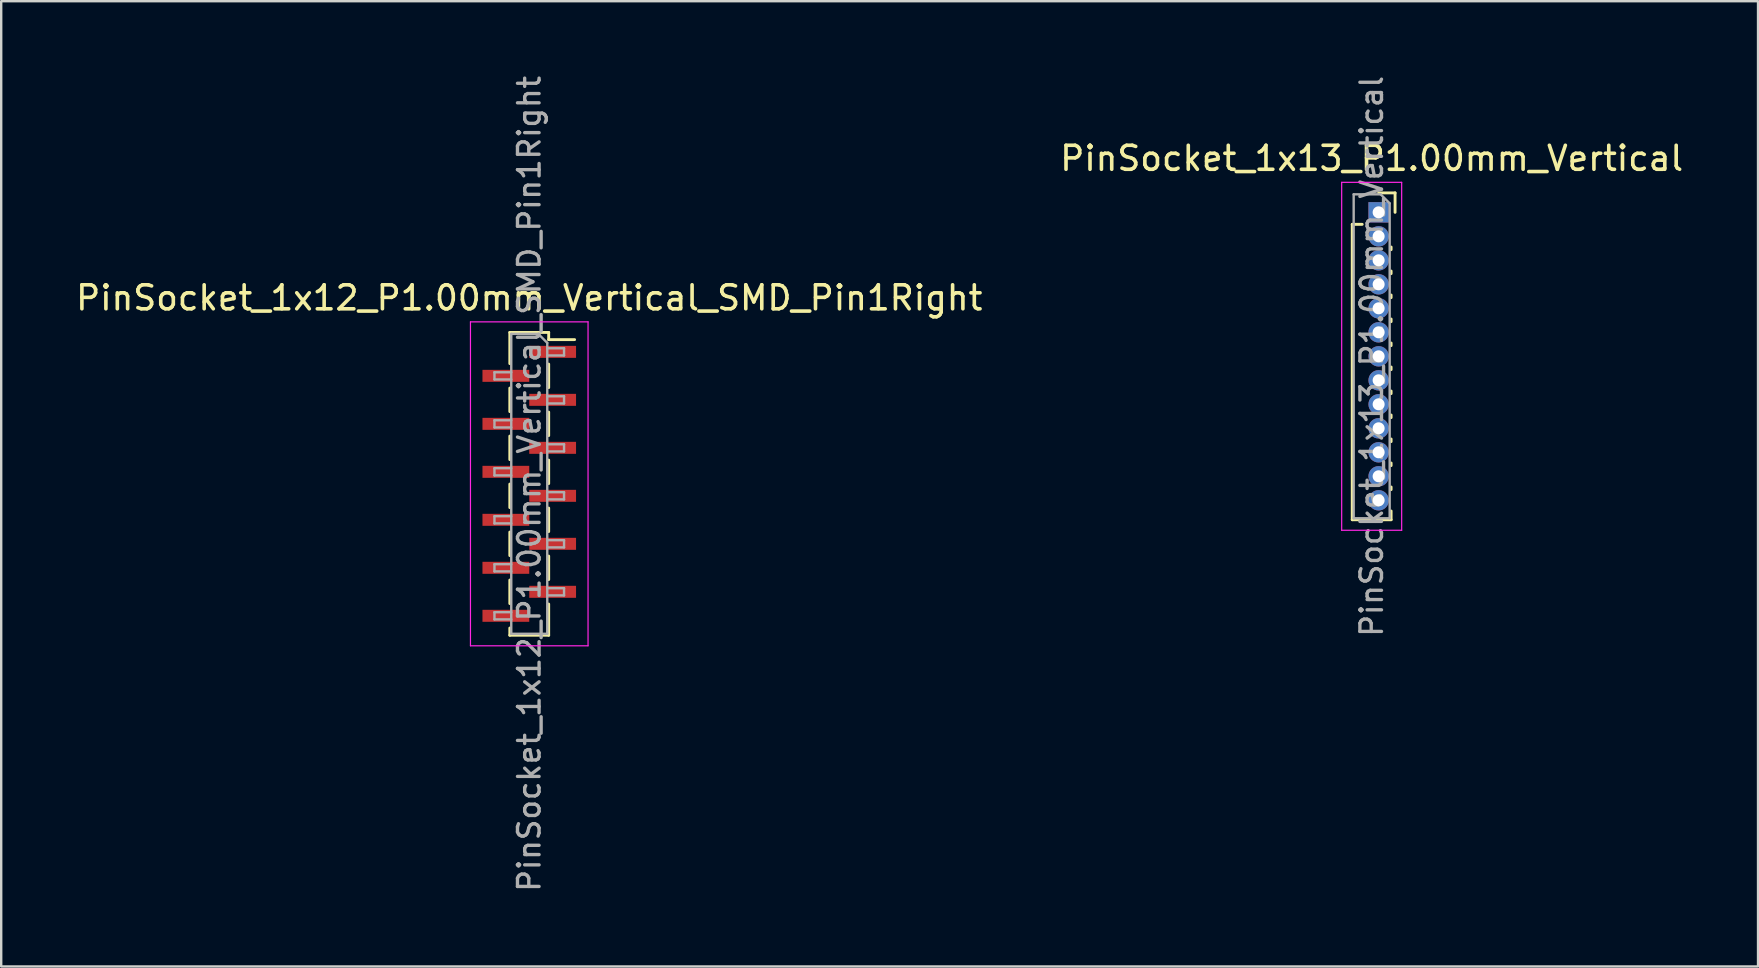
<source format=kicad_pcb>
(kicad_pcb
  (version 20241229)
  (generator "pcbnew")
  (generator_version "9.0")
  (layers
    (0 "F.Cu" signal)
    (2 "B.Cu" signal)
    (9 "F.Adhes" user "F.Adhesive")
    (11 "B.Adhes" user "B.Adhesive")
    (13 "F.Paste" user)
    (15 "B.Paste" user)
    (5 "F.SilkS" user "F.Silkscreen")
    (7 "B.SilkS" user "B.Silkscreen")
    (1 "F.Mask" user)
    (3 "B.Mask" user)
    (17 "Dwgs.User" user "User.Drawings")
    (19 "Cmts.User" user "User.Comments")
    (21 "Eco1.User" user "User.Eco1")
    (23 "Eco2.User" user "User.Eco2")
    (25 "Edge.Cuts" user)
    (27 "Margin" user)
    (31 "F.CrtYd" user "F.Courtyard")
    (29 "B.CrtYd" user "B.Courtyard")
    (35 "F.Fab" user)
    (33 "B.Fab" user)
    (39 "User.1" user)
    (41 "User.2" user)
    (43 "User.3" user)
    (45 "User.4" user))
  (footprint "PinSocket_1x12_P1.00mm_Vertical_SMD_Pin1Right"
    (layer "F.Cu")
    (at 19.006 17.113)
    (property "Reference" "PinSocket_1x12_P1.00mm_Vertical_SMD_Pin1Right" (at 0 -7.75 0) (layer "F.SilkS") (effects (font (size 1 1) (thickness 0.15))))
    (attr smd)
    (fp_line (start -0.81 -6.31) (end -0.81 -5.01) (stroke (width 0.12) (type solid)) (layer "F.SilkS"))
    (fp_line (start -0.81 -6.31) (end 0.81 -6.31) (stroke (width 0.12) (type solid)) (layer "F.SilkS"))
    (fp_line (start -0.81 -3.99) (end -0.81 -3.01) (stroke (width 0.12) (type solid)) (layer "F.SilkS"))
    (fp_line (start -0.81 -1.99) (end -0.81 -1.01) (stroke (width 0.12) (type solid)) (layer "F.SilkS"))
    (fp_line (start -0.81 0.01) (end -0.81 0.99) (stroke (width 0.12) (type solid)) (layer "F.SilkS"))
    (fp_line (start -0.81 2.01) (end -0.81 2.99) (stroke (width 0.12) (type solid)) (layer "F.SilkS"))
    (fp_line (start -0.81 4.01) (end -0.81 4.99) (stroke (width 0.12) (type solid)) (layer "F.SilkS"))
    (fp_line (start -0.81 6.01) (end -0.81 6.31) (stroke (width 0.12) (type solid)) (layer "F.SilkS"))
    (fp_line (start -0.81 6.31) (end 0.81 6.31) (stroke (width 0.12) (type solid)) (layer "F.SilkS"))
    (fp_line (start 0.81 -6.31) (end 0.81 -6.01) (stroke (width 0.12) (type solid)) (layer "F.SilkS"))
    (fp_line (start 0.81 -6.01) (end 1.89 -6.01) (stroke (width 0.12) (type solid)) (layer "F.SilkS"))
    (fp_line (start 0.81 -4.99) (end 0.81 -4.01) (stroke (width 0.12) (type solid)) (layer "F.SilkS"))
    (fp_line (start 0.81 -2.99) (end 0.81 -2.01) (stroke (width 0.12) (type solid)) (layer "F.SilkS"))
    (fp_line (start 0.81 -0.99) (end 0.81 -0.01) (stroke (width 0.12) (type solid)) (layer "F.SilkS"))
    (fp_line (start 0.81 1.01) (end 0.81 1.99) (stroke (width 0.12) (type solid)) (layer "F.SilkS"))
    (fp_line (start 0.81 3.01) (end 0.81 3.99) (stroke (width 0.12) (type solid)) (layer "F.SilkS"))
    (fp_line (start 0.81 5.01) (end 0.81 6.31) (stroke (width 0.12) (type solid)) (layer "F.SilkS"))
    (fp_line (start -2.45 -6.75) (end 2.45 -6.75) (stroke (width 0.05) (type solid)) (layer "F.CrtYd"))
    (fp_line (start -2.45 6.75) (end -2.45 -6.75) (stroke (width 0.05) (type solid)) (layer "F.CrtYd"))
    (fp_line (start 2.45 -6.75) (end 2.45 6.75) (stroke (width 0.05) (type solid)) (layer "F.CrtYd"))
    (fp_line (start 2.45 6.75) (end -2.45 6.75) (stroke (width 0.05) (type solid)) (layer "F.CrtYd"))
    (fp_line (start -1.45 -4.65) (end -0.75 -4.65) (stroke (width 0.1) (type solid)) (layer "F.Fab"))
    (fp_line (start -1.45 -4.35) (end -1.45 -4.65) (stroke (width 0.1) (type solid)) (layer "F.Fab"))
    (fp_line (start -1.45 -2.65) (end -0.75 -2.65) (stroke (width 0.1) (type solid)) (layer "F.Fab"))
    (fp_line (start -1.45 -2.35) (end -1.45 -2.65) (stroke (width 0.1) (type solid)) (layer "F.Fab"))
    (fp_line (start -1.45 -0.65) (end -0.75 -0.65) (stroke (width 0.1) (type solid)) (layer "F.Fab"))
    (fp_line (start -1.45 -0.35) (end -1.45 -0.65) (stroke (width 0.1) (type solid)) (layer "F.Fab"))
    (fp_line (start -1.45 1.35) (end -0.75 1.35) (stroke (width 0.1) (type solid)) (layer "F.Fab"))
    (fp_line (start -1.45 1.65) (end -1.45 1.35) (stroke (width 0.1) (type solid)) (layer "F.Fab"))
    (fp_line (start -1.45 3.35) (end -0.75 3.35) (stroke (width 0.1) (type solid)) (layer "F.Fab"))
    (fp_line (start -1.45 3.65) (end -1.45 3.35) (stroke (width 0.1) (type solid)) (layer "F.Fab"))
    (fp_line (start -1.45 5.35) (end -0.75 5.35) (stroke (width 0.1) (type solid)) (layer "F.Fab"))
    (fp_line (start -1.45 5.65) (end -1.45 5.35) (stroke (width 0.1) (type solid)) (layer "F.Fab"))
    (fp_line (start -0.75 -6.25) (end 0.375 -6.25) (stroke (width 0.1) (type solid)) (layer "F.Fab"))
    (fp_line (start -0.75 -4.35) (end -1.45 -4.35) (stroke (width 0.1) (type solid)) (layer "F.Fab"))
    (fp_line (start -0.75 -2.35) (end -1.45 -2.35) (stroke (width 0.1) (type solid)) (layer "F.Fab"))
    (fp_line (start -0.75 -0.35) (end -1.45 -0.35) (stroke (width 0.1) (type solid)) (layer "F.Fab"))
    (fp_line (start -0.75 1.65) (end -1.45 1.65) (stroke (width 0.1) (type solid)) (layer "F.Fab"))
    (fp_line (start -0.75 3.65) (end -1.45 3.65) (stroke (width 0.1) (type solid)) (layer "F.Fab"))
    (fp_line (start -0.75 5.65) (end -1.45 5.65) (stroke (width 0.1) (type solid)) (layer "F.Fab"))
    (fp_line (start -0.75 6.25) (end -0.75 -6.25) (stroke (width 0.1) (type solid)) (layer "F.Fab"))
    (fp_line (start 0.375 -6.25) (end 0.75 -5.875) (stroke (width 0.1) (type solid)) (layer "F.Fab"))
    (fp_line (start 0.75 -5.875) (end 0.75 6.25) (stroke (width 0.1) (type solid)) (layer "F.Fab"))
    (fp_line (start 0.75 -5.65) (end 1.45 -5.65) (stroke (width 0.1) (type solid)) (layer "F.Fab"))
    (fp_line (start 0.75 -3.65) (end 1.45 -3.65) (stroke (width 0.1) (type solid)) (layer "F.Fab"))
    (fp_line (start 0.75 -1.65) (end 1.45 -1.65) (stroke (width 0.1) (type solid)) (layer "F.Fab"))
    (fp_line (start 0.75 0.35) (end 1.45 0.35) (stroke (width 0.1) (type solid)) (layer "F.Fab"))
    (fp_line (start 0.75 2.35) (end 1.45 2.35) (stroke (width 0.1) (type solid)) (layer "F.Fab"))
    (fp_line (start 0.75 4.35) (end 1.45 4.35) (stroke (width 0.1) (type solid)) (layer "F.Fab"))
    (fp_line (start 0.75 6.25) (end -0.75 6.25) (stroke (width 0.1) (type solid)) (layer "F.Fab"))
    (fp_line (start 1.45 -5.65) (end 1.45 -5.35) (stroke (width 0.1) (type solid)) (layer "F.Fab"))
    (fp_line (start 1.45 -5.35) (end 0.75 -5.35) (stroke (width 0.1) (type solid)) (layer "F.Fab"))
    (fp_line (start 1.45 -3.65) (end 1.45 -3.35) (stroke (width 0.1) (type solid)) (layer "F.Fab"))
    (fp_line (start 1.45 -3.35) (end 0.75 -3.35) (stroke (width 0.1) (type solid)) (layer "F.Fab"))
    (fp_line (start 1.45 -1.65) (end 1.45 -1.35) (stroke (width 0.1) (type solid)) (layer "F.Fab"))
    (fp_line (start 1.45 -1.35) (end 0.75 -1.35) (stroke (width 0.1) (type solid)) (layer "F.Fab"))
    (fp_line (start 1.45 0.35) (end 1.45 0.65) (stroke (width 0.1) (type solid)) (layer "F.Fab"))
    (fp_line (start 1.45 0.65) (end 0.75 0.65) (stroke (width 0.1) (type solid)) (layer "F.Fab"))
    (fp_line (start 1.45 2.35) (end 1.45 2.65) (stroke (width 0.1) (type solid)) (layer "F.Fab"))
    (fp_line (start 1.45 2.65) (end 0.75 2.65) (stroke (width 0.1) (type solid)) (layer "F.Fab"))
    (fp_line (start 1.45 4.35) (end 1.45 4.65) (stroke (width 0.1) (type solid)) (layer "F.Fab"))
    (fp_line (start 1.45 4.65) (end 0.75 4.65) (stroke (width 0.1) (type solid)) (layer "F.Fab"))
    (fp_text user "${REFERENCE}" (at 0 0 90) (layer "F.Fab") (effects (font (size 0.9 0.9) (thickness 0.14))))
    (pad "1" smd rect (at 0.975 -5.5) (size 1.95 0.5) (layers "F.Cu" "F.Mask" "F.Paste"))
    (pad "2" smd rect (at -0.975 -4.5) (size 1.95 0.5) (layers "F.Cu" "F.Mask" "F.Paste"))
    (pad "3" smd rect (at 0.975 -3.5) (size 1.95 0.5) (layers "F.Cu" "F.Mask" "F.Paste"))
    (pad "4" smd rect (at -0.975 -2.5) (size 1.95 0.5) (layers "F.Cu" "F.Mask" "F.Paste"))
    (pad "5" smd rect (at 0.975 -1.5) (size 1.95 0.5) (layers "F.Cu" "F.Mask" "F.Paste"))
    (pad "6" smd rect (at -0.975 -0.5) (size 1.95 0.5) (layers "F.Cu" "F.Mask" "F.Paste"))
    (pad "7" smd rect (at 0.975 0.5) (size 1.95 0.5) (layers "F.Cu" "F.Mask" "F.Paste"))
    (pad "8" smd rect (at -0.975 1.5) (size 1.95 0.5) (layers "F.Cu" "F.Mask" "F.Paste"))
    (pad "9" smd rect (at 0.975 2.5) (size 1.95 0.5) (layers "F.Cu" "F.Mask" "F.Paste"))
    (pad "10" smd rect (at -0.975 3.5) (size 1.95 0.5) (layers "F.Cu" "F.Mask" "F.Paste"))
    (pad "11" smd rect (at 0.975 4.5) (size 1.95 0.5) (layers "F.Cu" "F.Mask" "F.Paste"))
    (pad "12" smd rect (at -0.975 5.5) (size 1.95 0.5) (layers "F.Cu" "F.Mask" "F.Paste")))
  (footprint "PinSocket_1x13_P1.00mm_Vertical"
    (layer "F.Cu")
    (at 54.403 5.799)
    (property "Reference" "PinSocket_1x13_P1.00mm_Vertical" (at -0.29 -2.25 0) (layer "F.SilkS") (effects (font (size 1 1) (thickness 0.15))))
    (attr through_hole)
    (fp_line (start -1.1 0.5) (end -1.1 12.81) (stroke (width 0.12) (type solid)) (layer "F.SilkS"))
    (fp_line (start -1.1 0.5) (end -0.685 0.5) (stroke (width 0.12) (type solid)) (layer "F.SilkS"))
    (fp_line (start -1.1 12.81) (end 0.52 12.81) (stroke (width 0.12) (type solid)) (layer "F.SilkS"))
    (fp_line (start 0 -0.81) (end 0.685 -0.81) (stroke (width 0.12) (type solid)) (layer "F.SilkS"))
    (fp_line (start 0.52 1.446) (end 0.52 1.554) (stroke (width 0.12) (type solid)) (layer "F.SilkS"))
    (fp_line (start 0.52 2.446) (end 0.52 2.554) (stroke (width 0.12) (type solid)) (layer "F.SilkS"))
    (fp_line (start 0.52 3.446) (end 0.52 3.554) (stroke (width 0.12) (type solid)) (layer "F.SilkS"))
    (fp_line (start 0.52 4.446) (end 0.52 4.554) (stroke (width 0.12) (type solid)) (layer "F.SilkS"))
    (fp_line (start 0.52 5.446) (end 0.52 5.554) (stroke (width 0.12) (type solid)) (layer "F.SilkS"))
    (fp_line (start 0.52 6.446) (end 0.52 6.554) (stroke (width 0.12) (type solid)) (layer "F.SilkS"))
    (fp_line (start 0.52 7.446) (end 0.52 7.554) (stroke (width 0.12) (type solid)) (layer "F.SilkS"))
    (fp_line (start 0.52 8.446) (end 0.52 8.554) (stroke (width 0.12) (type solid)) (layer "F.SilkS"))
    (fp_line (start 0.52 9.446) (end 0.52 9.554) (stroke (width 0.12) (type solid)) (layer "F.SilkS"))
    (fp_line (start 0.52 10.446) (end 0.52 10.554) (stroke (width 0.12) (type solid)) (layer "F.SilkS"))
    (fp_line (start 0.52 11.446) (end 0.52 11.554) (stroke (width 0.12) (type solid)) (layer "F.SilkS"))
    (fp_line (start 0.52 12.446) (end 0.52 12.81) (stroke (width 0.12) (type solid)) (layer "F.SilkS"))
    (fp_line (start 0.685 -0.81) (end 0.685 0) (stroke (width 0.12) (type solid)) (layer "F.SilkS"))
    (fp_line (start -1.54 -1.25) (end 0.96 -1.25) (stroke (width 0.05) (type solid)) (layer "F.CrtYd"))
    (fp_line (start -1.54 13.25) (end -1.54 -1.25) (stroke (width 0.05) (type solid)) (layer "F.CrtYd"))
    (fp_line (start 0.96 -1.25) (end 0.96 13.25) (stroke (width 0.05) (type solid)) (layer "F.CrtYd"))
    (fp_line (start 0.96 13.25) (end -1.54 13.25) (stroke (width 0.05) (type solid)) (layer "F.CrtYd"))
    (fp_line (start -1.04 -0.75) (end 0.085 -0.75) (stroke (width 0.1) (type solid)) (layer "F.Fab"))
    (fp_line (start -1.04 12.75) (end -1.04 -0.75) (stroke (width 0.1) (type solid)) (layer "F.Fab"))
    (fp_line (start 0.085 -0.75) (end 0.46 -0.375) (stroke (width 0.1) (type solid)) (layer "F.Fab"))
    (fp_line (start 0.46 -0.375) (end 0.46 12.75) (stroke (width 0.1) (type solid)) (layer "F.Fab"))
    (fp_line (start 0.46 12.75) (end -1.04 12.75) (stroke (width 0.1) (type solid)) (layer "F.Fab"))
    (fp_text user "${REFERENCE}" (at -0.29 6 90) (layer "F.Fab") (effects (font (size 0.9 0.9) (thickness 0.14))))
    (pad "1" thru_hole rect (at 0 0) (size 0.85 0.85) (drill 0.5) (layers "*.Cu" "*.Mask"))
    (pad "2" thru_hole oval (at 0 1) (size 0.85 0.85) (drill 0.5) (layers "*.Cu" "*.Mask"))
    (pad "3" thru_hole oval (at 0 2) (size 0.85 0.85) (drill 0.5) (layers "*.Cu" "*.Mask"))
    (pad "4" thru_hole oval (at 0 3) (size 0.85 0.85) (drill 0.5) (layers "*.Cu" "*.Mask"))
    (pad "5" thru_hole oval (at 0 4) (size 0.85 0.85) (drill 0.5) (layers "*.Cu" "*.Mask"))
    (pad "6" thru_hole oval (at 0 5) (size 0.85 0.85) (drill 0.5) (layers "*.Cu" "*.Mask"))
    (pad "7" thru_hole oval (at 0 6) (size 0.85 0.85) (drill 0.5) (layers "*.Cu" "*.Mask"))
    (pad "8" thru_hole oval (at 0 7) (size 0.85 0.85) (drill 0.5) (layers "*.Cu" "*.Mask"))
    (pad "9" thru_hole oval (at 0 8) (size 0.85 0.85) (drill 0.5) (layers "*.Cu" "*.Mask"))
    (pad "10" thru_hole oval (at 0 9) (size 0.85 0.85) (drill 0.5) (layers "*.Cu" "*.Mask"))
    (pad "11" thru_hole oval (at 0 10) (size 0.85 0.85) (drill 0.5) (layers "*.Cu" "*.Mask"))
    (pad "12" thru_hole oval (at 0 11) (size 0.85 0.85) (drill 0.5) (layers "*.Cu" "*.Mask"))
    (pad "13" thru_hole oval (at 0 12) (size 0.85 0.85) (drill 0.5) (layers "*.Cu" "*.Mask")))
  (gr_rect
    (start -3 -3)
    (end 70.214 37.226)
    (stroke (width 0.1) (type default))
    (fill no)
    (layer "Edge.Cuts")))
</source>
